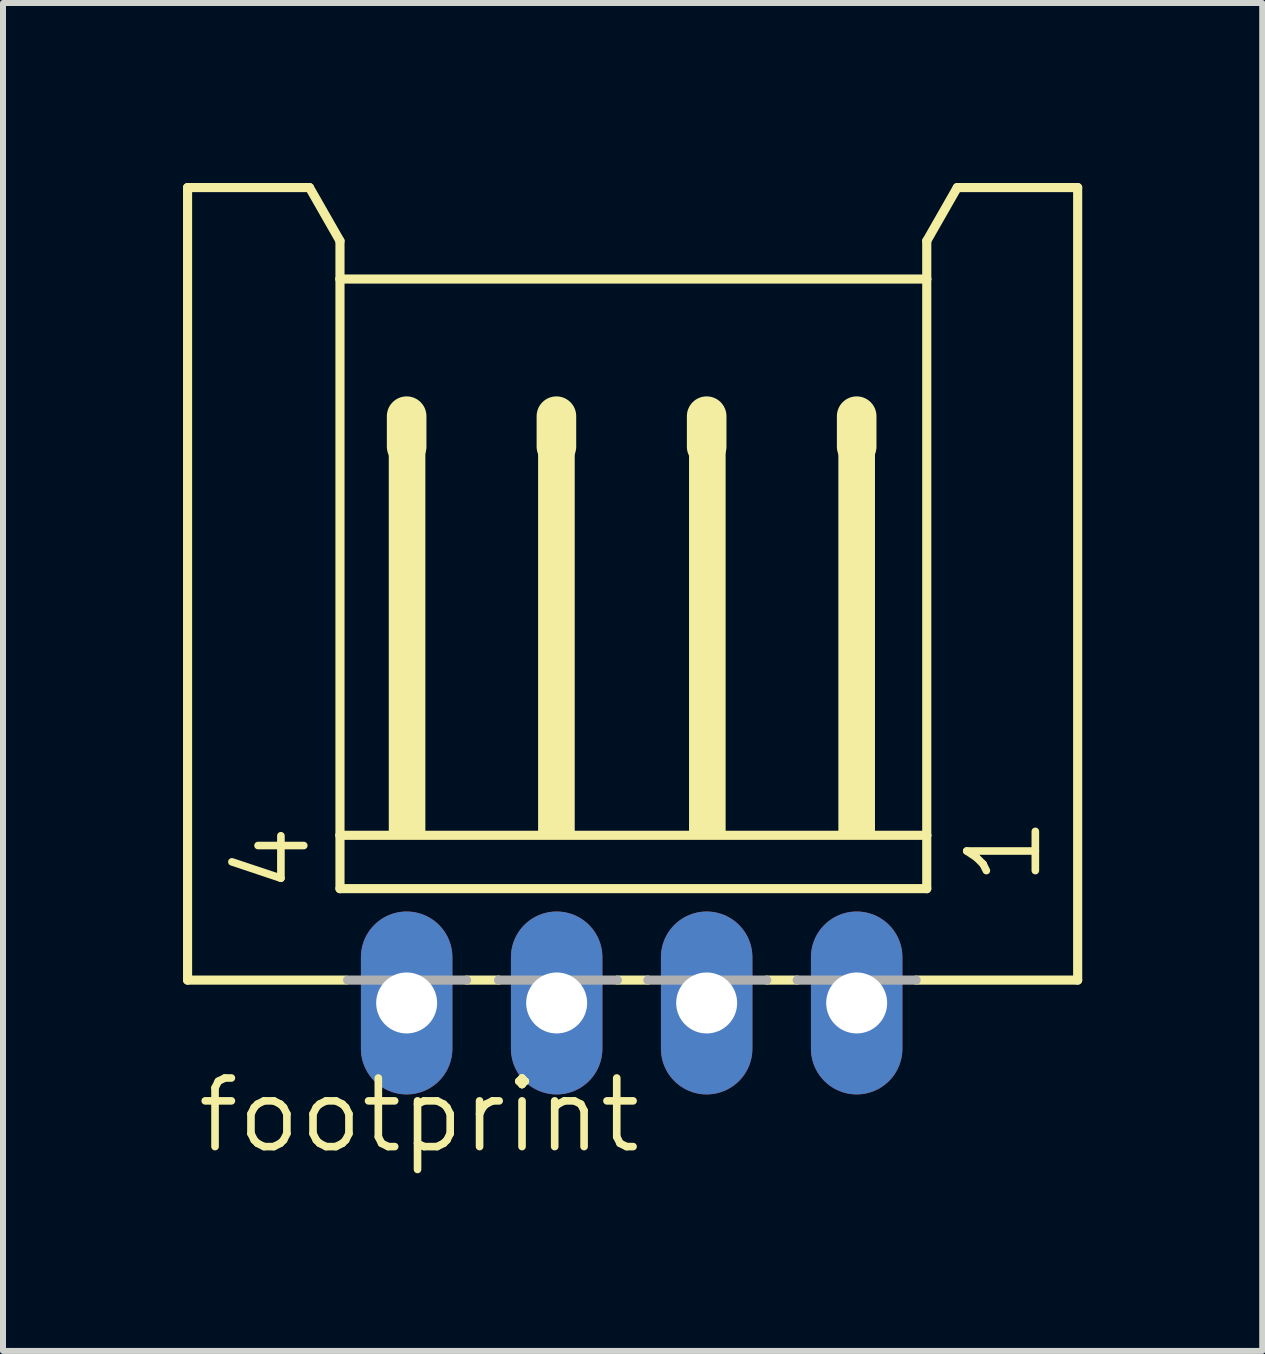
<source format=kicad_pcb>
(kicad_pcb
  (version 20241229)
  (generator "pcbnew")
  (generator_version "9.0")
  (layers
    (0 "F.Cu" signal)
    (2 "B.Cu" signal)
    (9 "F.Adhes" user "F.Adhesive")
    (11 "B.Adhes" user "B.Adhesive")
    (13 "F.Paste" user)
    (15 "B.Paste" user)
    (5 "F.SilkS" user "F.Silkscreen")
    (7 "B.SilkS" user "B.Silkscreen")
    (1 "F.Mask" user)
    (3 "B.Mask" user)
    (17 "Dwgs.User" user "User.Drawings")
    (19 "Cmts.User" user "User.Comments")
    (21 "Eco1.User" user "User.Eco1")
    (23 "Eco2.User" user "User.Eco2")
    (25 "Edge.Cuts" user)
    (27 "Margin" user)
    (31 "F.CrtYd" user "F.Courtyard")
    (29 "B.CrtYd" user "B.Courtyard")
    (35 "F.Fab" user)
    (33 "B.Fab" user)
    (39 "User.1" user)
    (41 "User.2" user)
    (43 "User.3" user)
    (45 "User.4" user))
  (footprint "footprint"
    (layer "F.Cu")
    (at 7.477 7.415)
    (property "Reference" "footprint" (at -7.299 8.79 0) (layer "F.SilkS") (effects (font (size 1.143 1.143) (thickness 0.127)) (justify left bottom)))
    (fp_line (start -7.401 -7.339) (end -5.369 -7.339) (stroke (width 0.152) (type solid)) (layer "F.SilkS"))
    (fp_line (start -7.401 5.869) (end -7.401 -7.339) (stroke (width 0.152) (type solid)) (layer "F.SilkS"))
    (fp_line (start -5.369 -7.339) (end -4.861 -6.45) (stroke (width 0.152) (type solid)) (layer "F.SilkS"))
    (fp_line (start -4.861 -6.45) (end -4.861 -5.815) (stroke (width 0.152) (type solid)) (layer "F.SilkS"))
    (fp_line (start -4.861 -5.815) (end -4.861 3.456) (stroke (width 0.152) (type solid)) (layer "F.SilkS"))
    (fp_line (start -4.861 3.456) (end -4.861 4.345) (stroke (width 0.152) (type solid)) (layer "F.SilkS"))
    (fp_line (start -4.759 5.869) (end -7.401 5.869) (stroke (width 0.152) (type solid)) (layer "F.SilkS"))
    (fp_line (start -3.75 -3.529) (end -3.75 -3.021) (stroke (width 0.66) (type solid)) (layer "F.SilkS"))
    (fp_line (start -2.219 5.869) (end -2.752 5.869) (stroke (width 0.152) (type solid)) (layer "F.SilkS"))
    (fp_line (start -1.254 -3.529) (end -1.254 -3.021) (stroke (width 0.66) (type solid)) (layer "F.SilkS"))
    (fp_line (start 0.27 5.869) (end -0.238 5.869) (stroke (width 0.152) (type solid)) (layer "F.SilkS"))
    (fp_line (start 1.25 -3.529) (end 1.25 -3.021) (stroke (width 0.66) (type solid)) (layer "F.SilkS"))
    (fp_line (start 2.759 5.869) (end 2.251 5.869) (stroke (width 0.152) (type solid)) (layer "F.SilkS"))
    (fp_line (start 3.75 -3.529) (end 3.75 -3.021) (stroke (width 0.66) (type solid)) (layer "F.SilkS"))
    (fp_line (start 4.918 -6.45) (end 4.918 -5.815) (stroke (width 0.152) (type solid)) (layer "F.SilkS"))
    (fp_line (start 4.918 -6.45) (end 5.426 -7.339) (stroke (width 0.152) (type solid)) (layer "F.SilkS"))
    (fp_line (start 4.918 -5.815) (end -4.861 -5.815) (stroke (width 0.152) (type solid)) (layer "F.SilkS"))
    (fp_line (start 4.918 -5.815) (end 4.918 3.456) (stroke (width 0.152) (type solid)) (layer "F.SilkS"))
    (fp_line (start 4.918 3.456) (end -4.861 3.456) (stroke (width 0.152) (type solid)) (layer "F.SilkS"))
    (fp_line (start 4.918 3.456) (end 4.918 4.345) (stroke (width 0.152) (type solid)) (layer "F.SilkS"))
    (fp_line (start 4.918 4.345) (end -4.861 4.345) (stroke (width 0.152) (type solid)) (layer "F.SilkS"))
    (fp_line (start 7.433 -7.339) (end 5.426 -7.339) (stroke (width 0.152) (type solid)) (layer "F.SilkS"))
    (fp_line (start 7.433 5.869) (end 4.741 5.869) (stroke (width 0.152) (type solid)) (layer "F.SilkS"))
    (fp_line (start 7.433 5.869) (end 7.433 -7.339) (stroke (width 0.152) (type solid)) (layer "F.SilkS"))
    (fp_poly (pts (xy -4.048 3.456) (xy -3.438 3.456) (xy -3.438 -3.148) (xy -4.048 -3.148)) (stroke (width 0) (type solid)) (fill yes) (layer "F.SilkS"))
    (fp_poly (pts (xy -1.559 3.456) (xy -0.949 3.456) (xy -0.949 -3.148) (xy -1.559 -3.148)) (stroke (width 0) (type solid)) (fill yes) (layer "F.SilkS"))
    (fp_poly (pts (xy 0.956 3.456) (xy 1.566 3.456) (xy 1.566 -3.148) (xy 0.956 -3.148)) (stroke (width 0) (type solid)) (fill yes) (layer "F.SilkS"))
    (fp_poly (pts (xy 3.445 3.456) (xy 4.055 3.456) (xy 4.055 -3.148) (xy 3.445 -3.148)) (stroke (width 0) (type solid)) (fill yes) (layer "F.SilkS"))
    (fp_line (start -4.734 5.869) (end -2.752 5.869) (stroke (width 0.152) (type solid)) (layer "F.Fab"))
    (fp_line (start -2.219 5.869) (end -0.238 5.869) (stroke (width 0.152) (type solid)) (layer "F.Fab"))
    (fp_line (start 0.27 5.869) (end 2.251 5.869) (stroke (width 0.152) (type solid)) (layer "F.Fab"))
    (fp_line (start 2.759 5.869) (end 4.741 5.869) (stroke (width 0.152) (type solid)) (layer "F.Fab"))
    (fp_poly (pts (xy -4.048 6.504) (xy -3.438 6.504) (xy -3.438 5.869) (xy -4.048 5.869)) (stroke (width 0.1) (type solid)) (fill no) (layer "F.Fab"))
    (fp_poly (pts (xy -1.559 6.504) (xy -0.949 6.504) (xy -0.949 5.869) (xy -1.559 5.869)) (stroke (width 0.1) (type solid)) (fill no) (layer "F.Fab"))
    (fp_poly (pts (xy 0.956 6.504) (xy 1.566 6.504) (xy 1.566 5.869) (xy 0.956 5.869)) (stroke (width 0.1) (type solid)) (fill no) (layer "F.Fab"))
    (fp_poly (pts (xy 3.445 6.504) (xy 4.055 6.504) (xy 4.055 5.869) (xy 3.445 5.869)) (stroke (width 0.1) (type solid)) (fill no) (layer "F.Fab"))
    (fp_text user "1" (at 6.874 4.345 90) (layer "F.SilkS") (effects (font (size 1.143 1.143) (thickness 0.127)) (justify left bottom)))
    (fp_text user "4" (at -5.318 4.472 90) (layer "F.SilkS") (effects (font (size 1.143 1.143) (thickness 0.127)) (justify left bottom)))
    (pad "1" thru_hole oval (at 3.75 6.25 90) (size 3.048 1.524) (drill 1.016) (layers "*.Cu" "*.Mask"))
    (pad "2" thru_hole oval (at 1.25 6.25 90) (size 3.048 1.524) (drill 1.016) (layers "*.Cu" "*.Mask"))
    (pad "3" thru_hole oval (at -1.25 6.25 90) (size 3.048 1.524) (drill 1.016) (layers "*.Cu" "*.Mask"))
    (pad "4" thru_hole oval (at -3.75 6.25 90) (size 3.048 1.524) (drill 1.016) (layers "*.Cu" "*.Mask")))
  (gr_rect
    (start -3 -3)
    (end 17.986 19.464)
    (stroke (width 0.1) (type default))
    (fill no)
    (layer "Edge.Cuts")))
</source>
